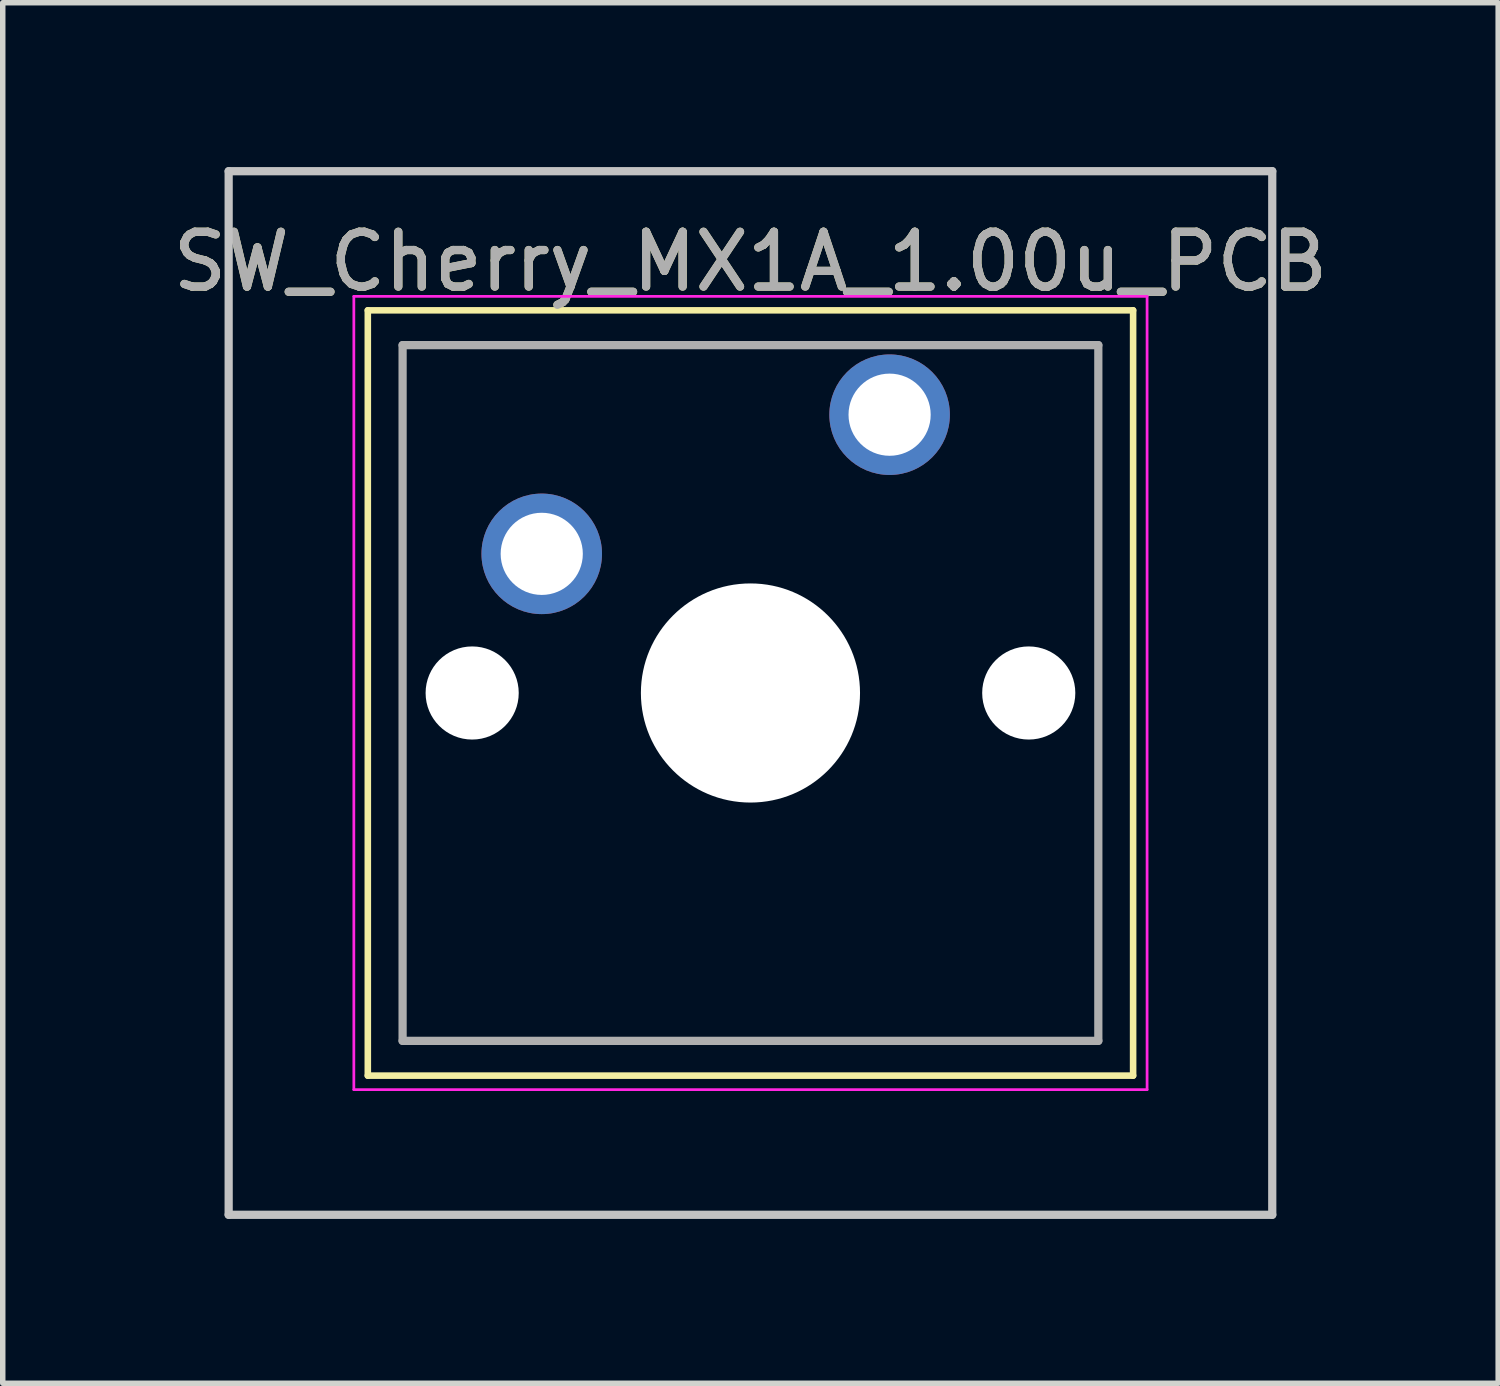
<source format=kicad_pcb>
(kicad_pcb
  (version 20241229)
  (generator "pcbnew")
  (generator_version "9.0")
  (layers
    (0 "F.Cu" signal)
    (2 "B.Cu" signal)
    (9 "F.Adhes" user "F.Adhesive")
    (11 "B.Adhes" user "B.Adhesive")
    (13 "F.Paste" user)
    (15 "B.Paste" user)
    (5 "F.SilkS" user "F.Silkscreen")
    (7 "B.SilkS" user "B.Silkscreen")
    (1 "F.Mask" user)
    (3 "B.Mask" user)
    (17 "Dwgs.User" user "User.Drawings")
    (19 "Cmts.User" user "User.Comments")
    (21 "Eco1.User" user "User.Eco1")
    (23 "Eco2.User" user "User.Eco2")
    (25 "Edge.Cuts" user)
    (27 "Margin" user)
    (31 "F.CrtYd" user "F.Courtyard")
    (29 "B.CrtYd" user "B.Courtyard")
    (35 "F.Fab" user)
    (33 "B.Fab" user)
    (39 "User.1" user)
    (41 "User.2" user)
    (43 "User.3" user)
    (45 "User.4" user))
  (footprint "SW_Cherry_MX1A_1.00u_PCB"
    (layer "F.Cu")
    (at 13.189 4.52)
    (property "Reference" "SW_Cherry_MX1A_1.00u_PCB" (at -2.54 -2.794 0) (layer "F.SilkS") (effects (font (size 1 1) (thickness 0.15))))
    (attr through_hole)
    (fp_line (start -9.525 -1.905) (end 4.445 -1.905) (stroke (width 0.12) (type solid)) (layer "F.SilkS"))
    (fp_line (start -9.525 12.065) (end -9.525 -1.905) (stroke (width 0.12) (type solid)) (layer "F.SilkS"))
    (fp_line (start 4.445 -1.905) (end 4.445 12.065) (stroke (width 0.12) (type solid)) (layer "F.SilkS"))
    (fp_line (start 4.445 12.065) (end -9.525 12.065) (stroke (width 0.12) (type solid)) (layer "F.SilkS"))
    (fp_line (start -12.065 -4.445) (end 6.985 -4.445) (stroke (width 0.15) (type solid)) (layer "Dwgs.User"))
    (fp_line (start -12.065 14.605) (end -12.065 -4.445) (stroke (width 0.15) (type solid)) (layer "Dwgs.User"))
    (fp_line (start 6.985 -4.445) (end 6.985 14.605) (stroke (width 0.15) (type solid)) (layer "Dwgs.User"))
    (fp_line (start 6.985 14.605) (end -12.065 14.605) (stroke (width 0.15) (type solid)) (layer "Dwgs.User"))
    (fp_line (start -9.78 -2.16) (end 4.7 -2.16) (stroke (width 0.05) (type solid)) (layer "F.CrtYd"))
    (fp_line (start -9.78 12.32) (end -9.78 -2.16) (stroke (width 0.05) (type solid)) (layer "F.CrtYd"))
    (fp_line (start 4.7 -2.16) (end 4.7 12.32) (stroke (width 0.05) (type solid)) (layer "F.CrtYd"))
    (fp_line (start 4.7 12.32) (end -9.78 12.32) (stroke (width 0.05) (type solid)) (layer "F.CrtYd"))
    (fp_line (start -8.89 -1.27) (end 3.81 -1.27) (stroke (width 0.15) (type solid)) (layer "F.Fab"))
    (fp_line (start -8.89 11.43) (end -8.89 -1.27) (stroke (width 0.15) (type solid)) (layer "F.Fab"))
    (fp_line (start 3.81 -1.27) (end 3.81 11.43) (stroke (width 0.15) (type solid)) (layer "F.Fab"))
    (fp_line (start 3.81 11.43) (end -8.89 11.43) (stroke (width 0.15) (type solid)) (layer "F.Fab"))
    (fp_text user "${REFERENCE}" (at -2.54 -2.794 0) (layer "F.Fab") (effects (font (size 1 1) (thickness 0.15))))
    (pad "" np_thru_hole circle (at -7.62 5.08) (size 1.7 1.7) (drill 1.7) (layers "*.Cu" "*.Mask"))
    (pad "" np_thru_hole circle (at -2.54 5.08) (size 4 4) (drill 4) (layers "*.Cu" "*.Mask"))
    (pad "" np_thru_hole circle (at 2.54 5.08) (size 1.7 1.7) (drill 1.7) (layers "*.Cu" "*.Mask"))
    (pad "1" thru_hole circle (at 0 0) (size 2.2 2.2) (drill 1.5) (layers "*.Cu" "*.Mask"))
    (pad "2" thru_hole circle (at -6.35 2.54) (size 2.2 2.2) (drill 1.5) (layers "*.Cu" "*.Mask")))
  (gr_rect
    (start -3 -3)
    (end 24.298 22.2)
    (stroke (width 0.1) (type default))
    (fill no)
    (layer "Edge.Cuts")))
</source>
